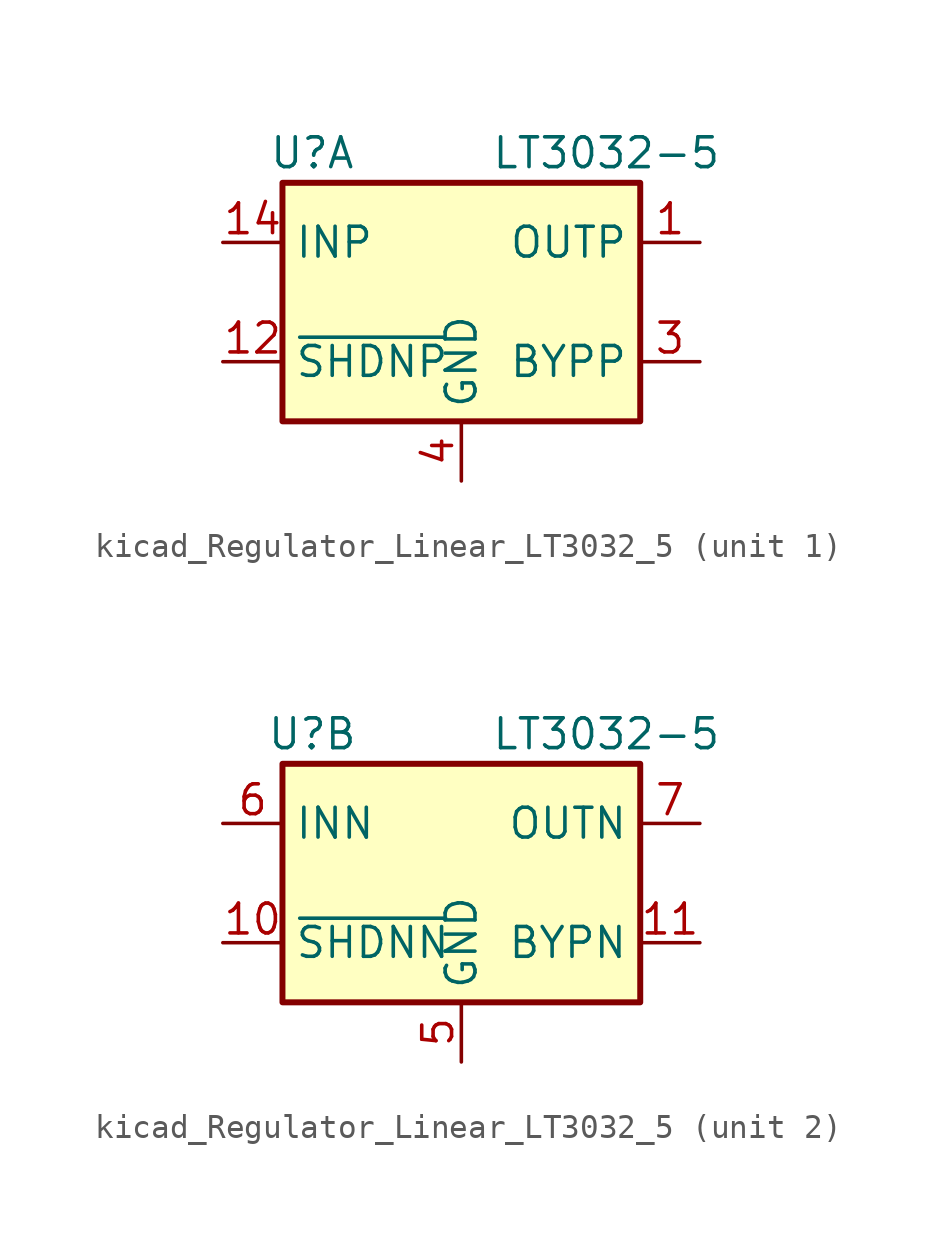
<source format=kicad_sym>
(kicad_symbol_lib
  (version 20220914)
  (generator kicad_symbol_editor)
  (symbol "kicad_Regulator_Linear_LT3032_5"
    (property "Reference" "U"
      (at -6.35 6.35 0)
      (effects (font (size 1.27 1.27))))
    (property "Value" "LT3032-5"
      (at 1.27 6.35 0)
      (effects (font (size 1.27 1.27)) (justify left)))
    (property "ki_locked" ""
      (at 0 0 0)
      (effects (font (size 1.27 1.27))))
    (symbol "kicad_Regulator_Linear_LT3032_5_0_1"
      (rectangle (start -7.62 5.08) (end 7.62 -5.08) (stroke (width 0.254) (type default)) (fill (type background))))
    (symbol "kicad_Regulator_Linear_LT3032_5_1_1"
      (pin power_out line (at 10.16 2.54 180) (length 2.54) (name "OUTP" (effects (font (size 1.27 1.27)))) (number "1" (effects (font (size 1.27 1.27)))))
      (pin input line (at -10.16 -2.54 0) (length 2.54) (name "~{SHDNP}" (effects (font (size 1.27 1.27)))) (number "12" (effects (font (size 1.27 1.27)))))
      (pin no_connect line (at 7.62 -5.08 180) (length 2.54) hide (name "NC" (effects (font (size 1.27 1.27)))) (number "13" (effects (font (size 1.27 1.27)))))
      (pin power_in line (at -10.16 2.54 0) (length 2.54) (name "INP" (effects (font (size 1.27 1.27)))) (number "14" (effects (font (size 1.27 1.27)))))
      (pin no_connect line (at 7.62 0 180) (length 2.54) hide (name "NC" (effects (font (size 1.27 1.27)))) (number "2" (effects (font (size 1.27 1.27)))))
      (pin passive line (at 10.16 -2.54 180) (length 2.54) (name "BYPP" (effects (font (size 1.27 1.27)))) (number "3" (effects (font (size 1.27 1.27)))))
      (pin power_in line (at 0 -7.62 90) (length 2.54) (name "GND" (effects (font (size 1.27 1.27)))) (number "4" (effects (font (size 1.27 1.27))))))
    (symbol "kicad_Regulator_Linear_LT3032_5_2_1"
      (pin input line (at -10.16 -2.54 0) (length 2.54) (name "~{SHDNN}" (effects (font (size 1.27 1.27)))) (number "10" (effects (font (size 1.27 1.27)))))
      (pin passive line (at 10.16 -2.54 180) (length 2.54) (name "BYPN" (effects (font (size 1.27 1.27)))) (number "11" (effects (font (size 1.27 1.27)))))
      (pin power_in line (at 0 -7.62 90) (length 2.54) (name "GND" (effects (font (size 1.27 1.27)))) (number "5" (effects (font (size 1.27 1.27)))))
      (pin power_in line (at -10.16 2.54 0) (length 2.54) (name "INN" (effects (font (size 1.27 1.27)))) (number "6" (effects (font (size 1.27 1.27)))))
      (pin power_out line (at 10.16 2.54 180) (length 2.54) (name "OUTN" (effects (font (size 1.27 1.27)))) (number "7" (effects (font (size 1.27 1.27)))))
      (pin no_connect line (at 7.62 0 180) (length 2.54) hide (name "NC" (effects (font (size 1.27 1.27)))) (number "8" (effects (font (size 1.27 1.27)))))
      (pin passive line (at -10.16 2.54 0) (length 2.54) hide (name "INN" (effects (font (size 1.27 1.27)))) (number "9" (effects (font (size 1.27 1.27))))))))
</source>
